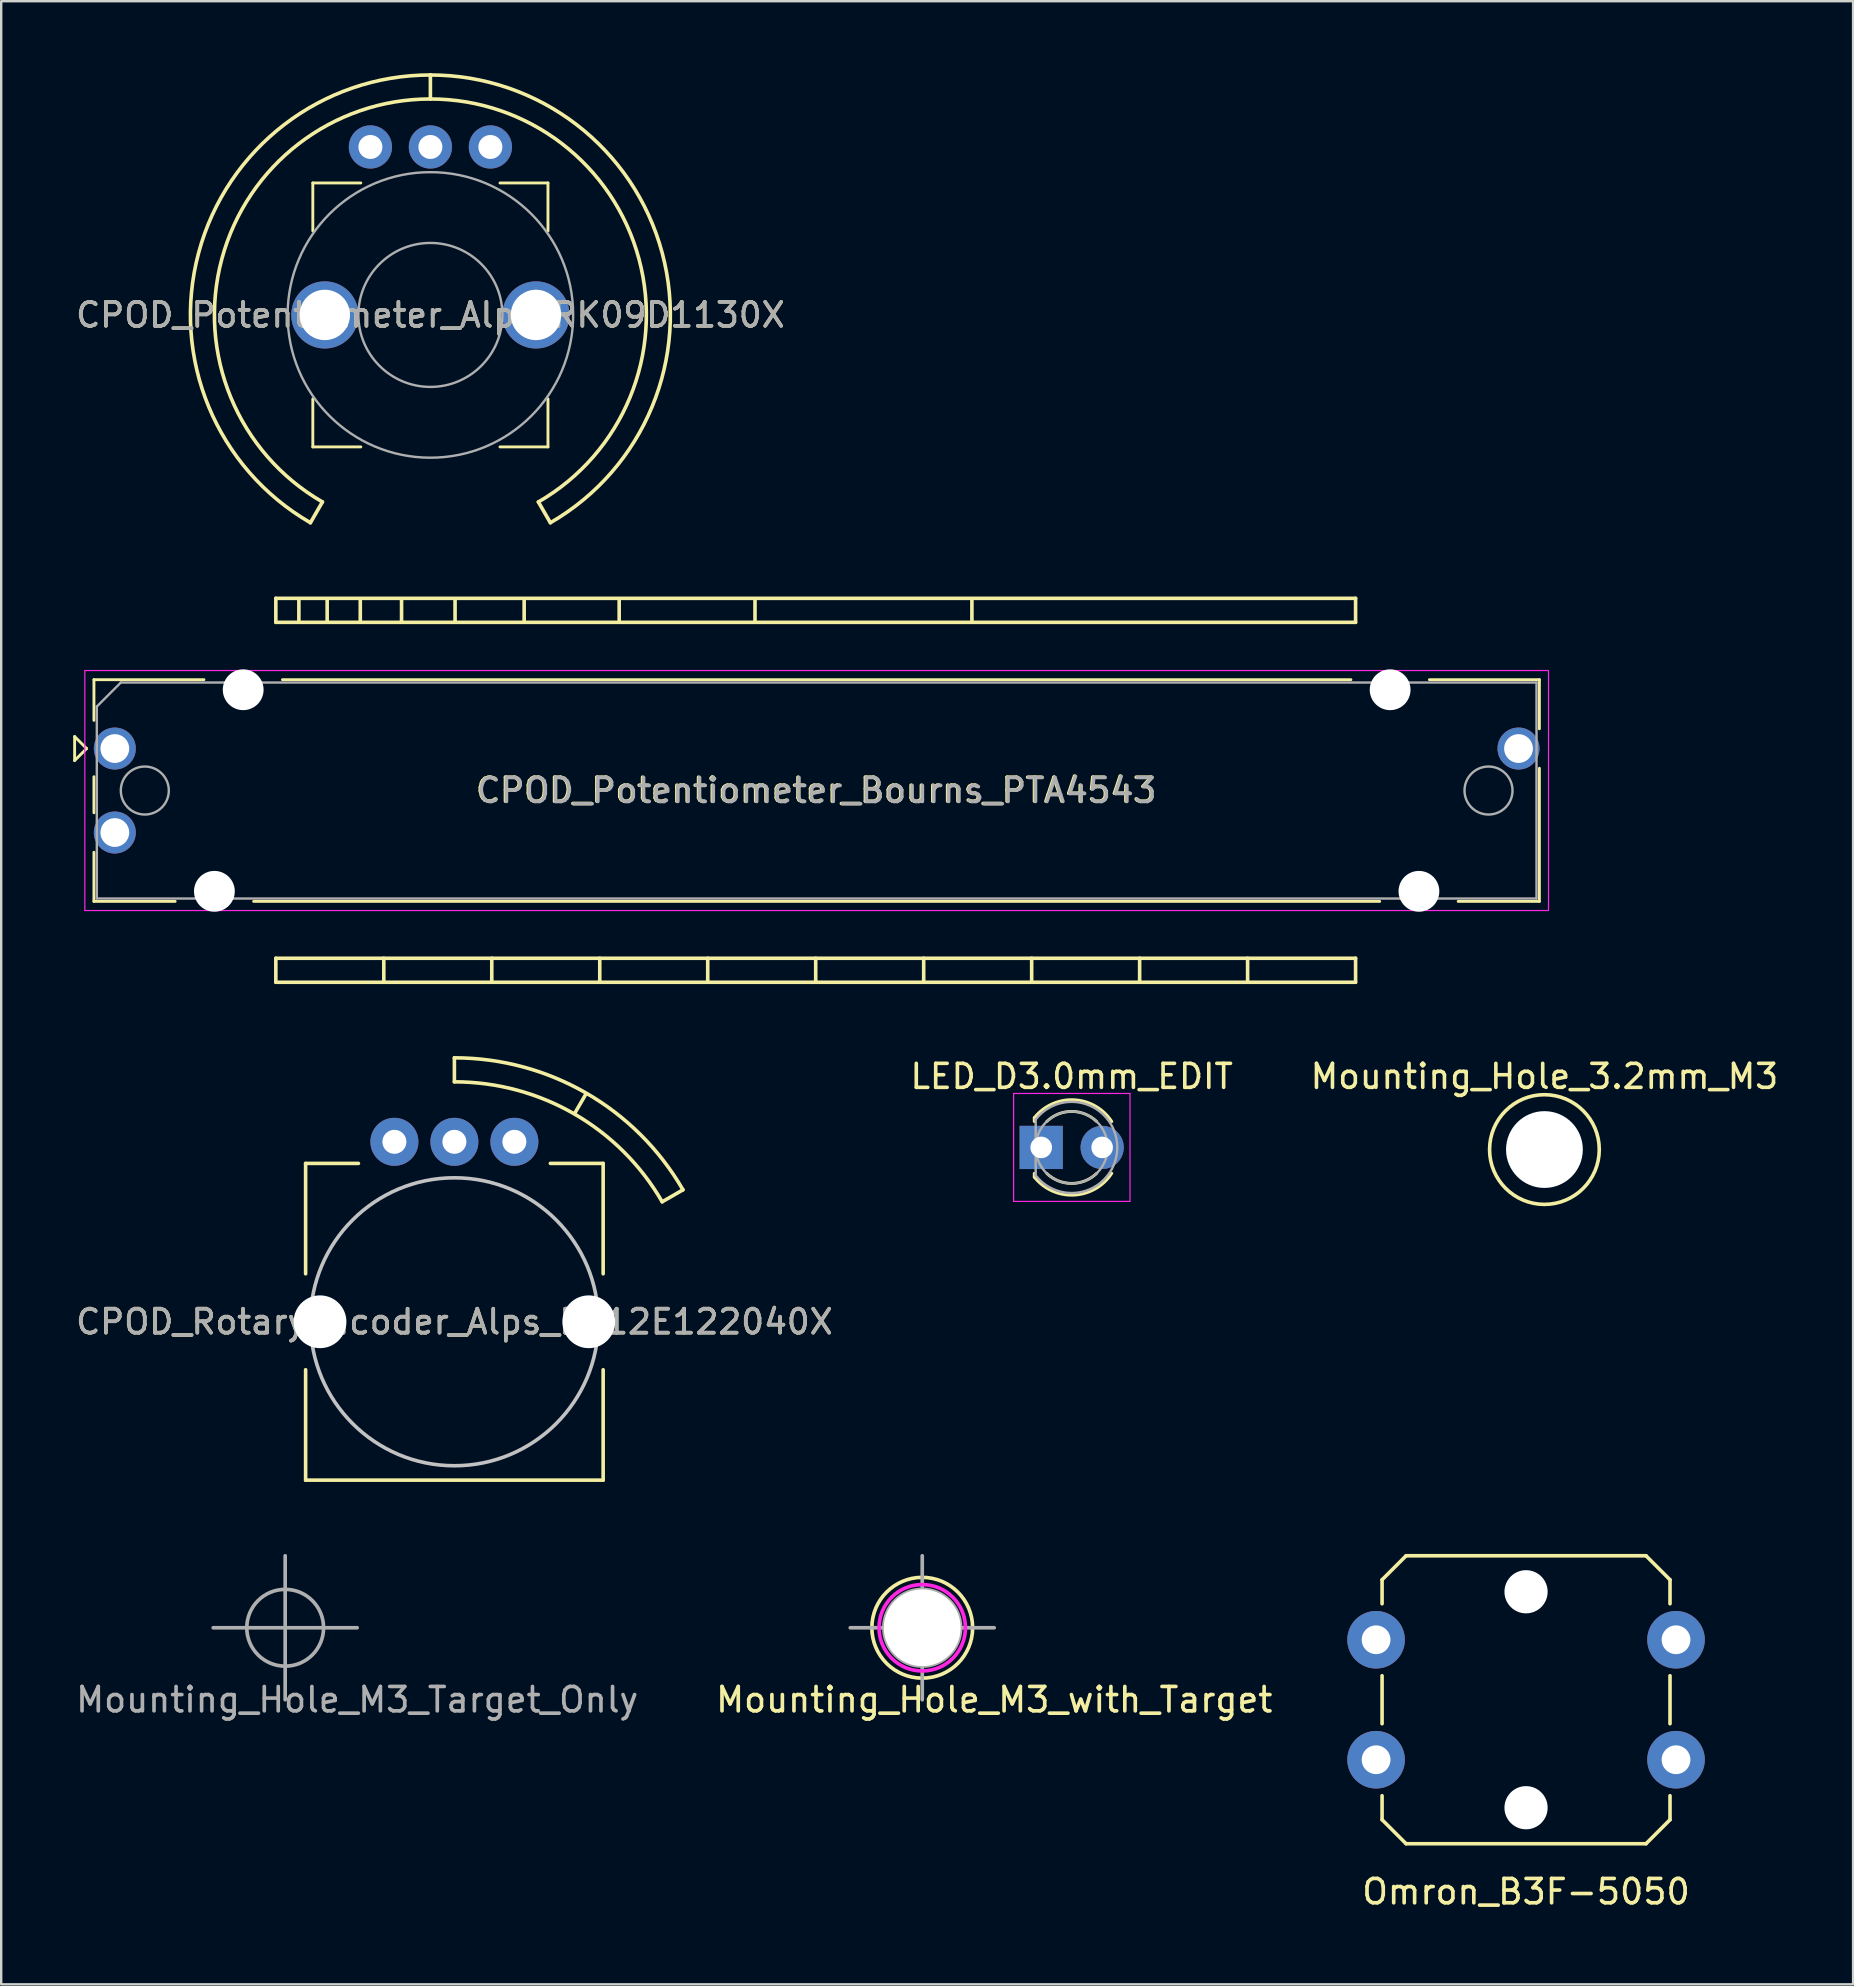
<source format=kicad_pcb>
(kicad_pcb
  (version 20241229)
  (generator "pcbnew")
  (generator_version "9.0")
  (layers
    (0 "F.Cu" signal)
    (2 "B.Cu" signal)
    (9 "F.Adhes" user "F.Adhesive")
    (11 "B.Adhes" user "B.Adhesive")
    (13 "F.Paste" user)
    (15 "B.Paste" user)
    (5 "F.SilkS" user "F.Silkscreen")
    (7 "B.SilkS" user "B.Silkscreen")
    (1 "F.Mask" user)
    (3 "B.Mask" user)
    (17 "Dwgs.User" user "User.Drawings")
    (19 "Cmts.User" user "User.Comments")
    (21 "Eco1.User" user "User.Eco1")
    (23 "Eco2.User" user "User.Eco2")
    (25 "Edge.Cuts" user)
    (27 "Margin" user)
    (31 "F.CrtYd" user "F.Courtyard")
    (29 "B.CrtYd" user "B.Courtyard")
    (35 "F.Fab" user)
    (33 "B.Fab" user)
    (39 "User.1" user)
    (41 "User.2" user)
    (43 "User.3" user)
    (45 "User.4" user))
  (footprint "Mounting_Hole_M3_with_Target"
    (layer "F.Cu")
    (at 35.385 64.788)
    (property "Reference" "Mounting_Hole_M3_with_Target" (at 3 3 0) (layer "F.SilkS") (effects (font (size 1.016 1.016) (thickness 0.152))))
    (attr through_hole)
    (fp_circle (center 0 0) (end 2.1 0) (stroke (width 0.152) (type solid)) (fill no) (layer "F.SilkS"))
    (fp_circle (center 0 0) (end 1.8 0) (stroke (width 0.152) (type solid)) (fill no) (layer "F.CrtYd"))
    (fp_line (start -3 0) (end 3 0) (stroke (width 0.152) (type solid)) (layer "F.Fab"))
    (fp_line (start 0 -3) (end 0 3) (stroke (width 0.152) (type solid)) (layer "F.Fab"))
    (fp_circle (center 0 0) (end 1.6 0) (stroke (width 0.152) (type solid)) (fill no) (layer "F.Fab"))
    (pad "" np_thru_hole circle (at 0 0) (size 3.2 3.2) (drill 3.2) (layers "*.Cu" "*.Mask")))
  (footprint "Mounting_Hole_3.2mm_M3"
    (layer "F.Cu")
    (at 61.315 44.858)
    (property "Reference" "Mounting_Hole_3.2mm_M3" (at 0 -3.048 0) (layer "F.SilkS") (effects (font (size 1 1) (thickness 0.15))))
    (attr through_hole)
    (fp_circle (center 0 0) (end 0 -2.286) (stroke (width 0.15) (type solid)) (fill no) (layer "F.SilkS"))
    (pad "" np_thru_hole circle (at 0 0) (size 3.2 3.2) (drill 3.2) (layers "*.Cu" "*.Mask")))
  (footprint "LED_D3.0mm_EDIT"
    (layer "F.Cu")
    (at 41.613 44.77)
    (property "Reference" "LED_D3.0mm_EDIT" (at 0 -2.96 0) (layer "F.SilkS") (effects (font (size 1 1) (thickness 0.15))))
    (attr through_hole)
    (fp_line (start -1.56 -1.236) (end -1.56 -1.08) (stroke (width 0.12) (type solid)) (layer "F.SilkS"))
    (fp_line (start -1.56 1.08) (end -1.56 1.236) (stroke (width 0.12) (type solid)) (layer "F.SilkS"))
    (fp_arc (start -1.56 -1.235516) (mid 0.096487 -1.987659) (end 1.672335 -1.078608) (stroke (width 0.12) (type solid)) (layer "F.SilkS"))
    (fp_arc (start -1.040961 -1.08) (mid 0.000117 -1.5) (end 1.04113 -1.079837) (stroke (width 0.12) (type solid)) (layer "F.SilkS"))
    (fp_arc (start 1.04113 1.079837) (mid 0.000117 1.5) (end -1.040961 1.08) (stroke (width 0.12) (type solid)) (layer "F.SilkS"))
    (fp_arc (start 1.672335 1.078608) (mid 0.096487 1.987659) (end -1.56 1.235516) (stroke (width 0.12) (type solid)) (layer "F.SilkS"))
    (fp_line (start -2.42 -2.25) (end -2.42 2.25) (stroke (width 0.05) (type solid)) (layer "F.CrtYd"))
    (fp_line (start -2.42 2.25) (end 2.43 2.25) (stroke (width 0.05) (type solid)) (layer "F.CrtYd"))
    (fp_line (start 2.43 -2.25) (end -2.42 -2.25) (stroke (width 0.05) (type solid)) (layer "F.CrtYd"))
    (fp_line (start 2.43 2.25) (end 2.43 -2.25) (stroke (width 0.05) (type solid)) (layer "F.CrtYd"))
    (fp_line (start -1.5 -1.166) (end -1.5 1.166) (stroke (width 0.1) (type solid)) (layer "F.Fab"))
    (fp_arc (start -1.5 -1.16619) (mid 1.9 0.000452) (end -1.500555 1.165476) (stroke (width 0.1) (type solid)) (layer "F.Fab"))
    (fp_circle (center 0 0) (end 1.5 0) (stroke (width 0.1) (type solid)) (fill no) (layer "F.Fab"))
    (pad "1" thru_hole rect (at -1.27 0) (size 1.8 1.8) (drill 0.9) (layers "*.Cu" "*.Mask"))
    (pad "2" thru_hole circle (at 1.27 0) (size 1.8 1.8) (drill 0.9) (layers "*.Cu" "*.Mask")))
  (footprint "Omron_B3F-5050"
    (layer "F.Cu")
    (at 60.549 67.788)
    (property "Reference" "Omron_B3F-5050" (at 0 8 0) (layer "F.SilkS") (effects (font (size 1.016 1.016) (thickness 0.152))))
    (attr through_hole)
    (fp_line (start -6 -5) (end -5 -6) (stroke (width 0.15) (type solid)) (layer "F.SilkS"))
    (fp_line (start -6 -4) (end -6 -5) (stroke (width 0.15) (type solid)) (layer "F.SilkS"))
    (fp_line (start -6 -1) (end -6 1) (stroke (width 0.15) (type solid)) (layer "F.SilkS"))
    (fp_line (start -6 5) (end -6 4) (stroke (width 0.15) (type solid)) (layer "F.SilkS"))
    (fp_line (start -5 -6) (end 5 -6) (stroke (width 0.152) (type solid)) (layer "F.SilkS"))
    (fp_line (start -5 6) (end -6 5) (stroke (width 0.15) (type solid)) (layer "F.SilkS"))
    (fp_line (start 5 -6) (end 6 -5) (stroke (width 0.15) (type solid)) (layer "F.SilkS"))
    (fp_line (start 5 6) (end -5 6) (stroke (width 0.15) (type solid)) (layer "F.SilkS"))
    (fp_line (start 6 -5) (end 6 -4) (stroke (width 0.15) (type solid)) (layer "F.SilkS"))
    (fp_line (start 6 -1) (end 6 1) (stroke (width 0.15) (type solid)) (layer "F.SilkS"))
    (fp_line (start 6 4) (end 6 5) (stroke (width 0.15) (type solid)) (layer "F.SilkS"))
    (fp_line (start 6 5) (end 5 6) (stroke (width 0.15) (type solid)) (layer "F.SilkS"))
    (pad "" np_thru_hole circle (at 0 -4.5) (size 1.8 1.8) (drill 1.8) (layers "*.Cu" "*.Mask"))
    (pad "" np_thru_hole circle (at 0 4.5) (size 1.8 1.8) (drill 1.8) (layers "*.Cu" "*.Mask"))
    (pad "1" thru_hole circle (at -6.25 -2.5) (size 2.4 2.4) (drill 1.2) (layers "*.Cu" "*.Mask"))
    (pad "2" thru_hole circle (at 6.25 -2.5) (size 2.4 2.4) (drill 1.2) (layers "*.Cu" "*.Mask"))
    (pad "3" thru_hole circle (at -6.25 2.5) (size 2.4 2.4) (drill 1.2) (layers "*.Cu" "*.Mask"))
    (pad "4" thru_hole circle (at 6.25 2.5) (size 2.4 2.4) (drill 1.2) (layers "*.Cu" "*.Mask")))
  (footprint "CPOD_RotaryEncoder_Alps_EC12E122040X"
    (layer "F.Cu")
    (at 15.887 52.036)
    (property "Reference" "CPOD_RotaryEncoder_Alps_EC12E122040X" (at 0 0 0) (layer "F.SilkS") (effects (font (size 1 1) (thickness 0.15))))
    (attr through_hole)
    (fp_line (start -6.2 -6.6) (end -6.2 -2) (stroke (width 0.15) (type solid)) (layer "F.SilkS"))
    (fp_line (start -6.2 -6.6) (end -4 -6.6) (stroke (width 0.15) (type solid)) (layer "F.SilkS"))
    (fp_line (start -6.2 2) (end -6.2 6.6) (stroke (width 0.15) (type solid)) (layer "F.SilkS"))
    (fp_line (start 0 -10) (end 0 -11) (stroke (width 0.15) (type solid)) (layer "F.SilkS"))
    (fp_line (start 5.029 -8.712) (end 5.486 -9.5) (stroke (width 0.15) (type solid)) (layer "F.SilkS"))
    (fp_line (start 6.2 -6.6) (end 4 -6.6) (stroke (width 0.15) (type solid)) (layer "F.SilkS"))
    (fp_line (start 6.2 -6.6) (end 6.2 -2) (stroke (width 0.15) (type solid)) (layer "F.SilkS"))
    (fp_line (start 6.2 2) (end 6.2 6.6) (stroke (width 0.15) (type solid)) (layer "F.SilkS"))
    (fp_line (start 6.2 6.6) (end -6.2 6.6) (stroke (width 0.15) (type solid)) (layer "F.SilkS"))
    (fp_line (start 9.526 -5.5) (end 8.66 -5) (stroke (width 0.15) (type solid)) (layer "F.SilkS"))
    (fp_arc (start 0 -11) (mid 5.5 -9.526279) (end 9.526279 -5.5) (stroke (width 0.15) (type solid)) (layer "F.SilkS"))
    (fp_arc (start 0 -10) (mid 5 -8.660254) (end 8.660254 -5) (stroke (width 0.15) (type solid)) (layer "F.SilkS"))
    (fp_circle (center 0 0) (end 6 0) (stroke (width 0.15) (type solid)) (fill no) (layer "Dwgs.User"))
    (fp_circle (center 0 0) (end 3.5 0) (stroke (width 0.15) (type solid)) (fill no) (layer "Eco1.User"))
    (fp_text user "${REFERENCE}" (at 0 0 0) (layer "F.Fab") (effects (font (size 1 1) (thickness 0.15))))
    (pad "" np_thru_hole circle (at -5.6 0) (size 2.2 2.2) (drill 2.2) (layers "*.Cu" "*.Mask"))
    (pad "" np_thru_hole circle (at 5.6 0) (size 2.2 2.2) (drill 2.2) (layers "*.Cu" "*.Mask"))
    (pad "A" thru_hole circle (at 2.5 -7.5) (size 2 2) (drill 1) (layers "*.Cu" "*.Mask"))
    (pad "B" thru_hole circle (at -2.5 -7.5) (size 2 2) (drill 1) (layers "*.Cu" "*.Mask"))
    (pad "C" thru_hole circle (at 0 -7.5) (size 2 2) (drill 1) (layers "*.Cu" "*.Mask")))
  (footprint "CPOD_Potentiometer_Alps_RK09D1130X"
    (layer "F.Cu")
    (at 14.887 10.075)
    (property "Reference" "CPOD_Potentiometer_Alps_RK09D1130X" (at 0 0 0) (layer "F.SilkS") (effects (font (size 1 1) (thickness 0.15))))
    (attr through_hole)
    (fp_line (start -5 8.66) (end -4.5 7.794) (stroke (width 0.152) (type solid)) (layer "F.SilkS"))
    (fp_line (start -4.9 -5.5) (end -4.9 -3.5) (stroke (width 0.12) (type solid)) (layer "F.SilkS"))
    (fp_line (start -4.9 -5.5) (end -2.9 -5.5) (stroke (width 0.12) (type solid)) (layer "F.SilkS"))
    (fp_line (start -4.9 5.5) (end -4.9 3.5) (stroke (width 0.12) (type solid)) (layer "F.SilkS"))
    (fp_line (start -4.9 5.5) (end -2.9 5.5) (stroke (width 0.12) (type solid)) (layer "F.SilkS"))
    (fp_line (start 0 -10) (end 0 -9) (stroke (width 0.15) (type solid)) (layer "F.SilkS"))
    (fp_line (start 4.9 -5.5) (end 2.9 -5.5) (stroke (width 0.12) (type solid)) (layer "F.SilkS"))
    (fp_line (start 4.9 -5.5) (end 4.9 -3.5) (stroke (width 0.12) (type solid)) (layer "F.SilkS"))
    (fp_line (start 4.9 5.5) (end 2.9 5.5) (stroke (width 0.12) (type solid)) (layer "F.SilkS"))
    (fp_line (start 4.9 5.5) (end 4.9 3.5) (stroke (width 0.12) (type solid)) (layer "F.SilkS"))
    (fp_line (start 5 8.66) (end 4.5 7.794) (stroke (width 0.152) (type solid)) (layer "F.SilkS"))
    (fp_arc (start -5 8.660254) (mid -9.659258 -2.58819) (end 0 -10) (stroke (width 0.15) (type solid)) (layer "F.SilkS"))
    (fp_arc (start -4.5 7.794229) (mid -8.693333 -2.329371) (end 0 -9) (stroke (width 0.15) (type solid)) (layer "F.SilkS"))
    (fp_arc (start 0 -10) (mid 9.659258 -2.58819) (end 5 8.660254) (stroke (width 0.15) (type solid)) (layer "F.SilkS"))
    (fp_arc (start 0 -9) (mid 8.693332 -2.329371) (end 4.5 7.794229) (stroke (width 0.15) (type solid)) (layer "F.SilkS"))
    (fp_circle (center 0 0) (end 3.5 0) (stroke (width 0.12) (type solid)) (fill no) (layer "Eco1.User"))
    (fp_circle (center 0 0) (end 3 0) (stroke (width 0.1) (type solid)) (fill no) (layer "F.Fab"))
    (fp_circle (center 0 0) (end 5.95 0) (stroke (width 0.1) (type solid)) (fill no) (layer "F.Fab"))
    (fp_text user "${REFERENCE}" (at 0 0 0) (layer "F.Fab") (effects (font (size 1 1) (thickness 0.15))))
    (pad "" np_thru_hole circle (at -4.4 0) (size 2.8 2.8) (drill 2.1) (layers "*.Cu" "*.Mask"))
    (pad "" np_thru_hole circle (at 4.4 0) (size 2.8 2.8) (drill 2.1) (layers "*.Cu" "*.Mask"))
    (pad "1" thru_hole circle (at 2.5 -7) (size 1.8 1.8) (drill 1) (layers "*.Cu" "*.Mask"))
    (pad "2" thru_hole circle (at 0 -7) (size 1.8 1.8) (drill 1) (layers "*.Cu" "*.Mask"))
    (pad "3" thru_hole circle (at -2.5 -7) (size 1.8 1.8) (drill 1) (layers "*.Cu" "*.Mask")))
  (footprint "Mounting_Hole_M3_Target_Only"
    (layer "F.Cu")
    (at 8.835 64.788)
    (property "Reference" "Mounting_Hole_M3_Target_Only" (at 3 3 0) (layer "F.Fab") (effects (font (size 1.016 1.016) (thickness 0.152))))
    (attr through_hole)
    (fp_line (start -3 0) (end 3 0) (stroke (width 0.152) (type solid)) (layer "F.Fab"))
    (fp_line (start 0 -3) (end 0 3) (stroke (width 0.152) (type solid)) (layer "F.Fab"))
    (fp_circle (center 0 0) (end 1.6 0) (stroke (width 0.152) (type solid)) (fill no) (layer "F.Fab")))
  (footprint "CPOD_Potentiometer_Bourns_PTA4543"
    (layer "F.Cu")
    (at 30.945 29.886)
    (property "Reference" "CPOD_Potentiometer_Bourns_PTA4543" (at 0 0 180) (layer "F.SilkS") (effects (font (size 1 1) (thickness 0.15))))
    (attr through_hole)
    (fp_line (start -30.885 -2.24) (end -30.885 -1.24) (stroke (width 0.12) (type solid)) (layer "F.SilkS"))
    (fp_line (start -30.885 -1.24) (end -30.385 -1.74) (stroke (width 0.12) (type solid)) (layer "F.SilkS"))
    (fp_line (start -30.385 -1.74) (end -30.885 -2.24) (stroke (width 0.12) (type solid)) (layer "F.SilkS"))
    (fp_line (start -30.08 -4.61) (end -30.08 -2.915) (stroke (width 0.12) (type solid)) (layer "F.SilkS"))
    (fp_line (start -30.08 -4.61) (end -25.495 -4.61) (stroke (width 0.12) (type solid)) (layer "F.SilkS"))
    (fp_line (start -30.08 -0.565) (end -30.08 0.938) (stroke (width 0.12) (type solid)) (layer "F.SilkS"))
    (fp_line (start -30.08 2.583) (end -30.08 4.63) (stroke (width 0.12) (type solid)) (layer "F.SilkS"))
    (fp_line (start -30.08 4.63) (end -26.695 4.63) (stroke (width 0.12) (type solid)) (layer "F.SilkS"))
    (fp_line (start -23.424 4.63) (end 23.505 4.63) (stroke (width 0.12) (type solid)) (layer "F.SilkS"))
    (fp_line (start -22.5 -8) (end -22.5 -7) (stroke (width 0.15) (type solid)) (layer "F.SilkS"))
    (fp_line (start -22.5 -7) (end 22.5 -7) (stroke (width 0.15) (type solid)) (layer "F.SilkS"))
    (fp_line (start -22.5 7) (end -22.5 8) (stroke (width 0.15) (type solid)) (layer "F.SilkS"))
    (fp_line (start -22.5 8) (end 22.5 8) (stroke (width 0.15) (type solid)) (layer "F.SilkS"))
    (fp_line (start -22.224 -4.61) (end 22.305 -4.61) (stroke (width 0.12) (type solid)) (layer "F.SilkS"))
    (fp_line (start -21.54 -7.036) (end -21.539 -7.976) (stroke (width 0.15) (type solid)) (layer "F.SilkS"))
    (fp_line (start -20.36 -7.036) (end -20.36 -7.976) (stroke (width 0.15) (type solid)) (layer "F.SilkS"))
    (fp_line (start -18.98 -7.036) (end -18.98 -7.976) (stroke (width 0.15) (type solid)) (layer "F.SilkS"))
    (fp_line (start -18 7) (end -18 8) (stroke (width 0.15) (type solid)) (layer "F.SilkS"))
    (fp_line (start -17.26 -7.036) (end -17.26 -7.976) (stroke (width 0.15) (type solid)) (layer "F.SilkS"))
    (fp_line (start -15.03 -7.036) (end -15.03 -7.976) (stroke (width 0.15) (type solid)) (layer "F.SilkS"))
    (fp_line (start -13.5 7) (end -13.5 8) (stroke (width 0.15) (type solid)) (layer "F.SilkS"))
    (fp_line (start -12.15 -7.036) (end -12.15 -7.976) (stroke (width 0.15) (type solid)) (layer "F.SilkS"))
    (fp_line (start -9 7) (end -9 8) (stroke (width 0.15) (type solid)) (layer "F.SilkS"))
    (fp_line (start -8.19 -7.036) (end -8.19 -7.976) (stroke (width 0.15) (type solid)) (layer "F.SilkS"))
    (fp_line (start -4.5 7) (end -4.5 8) (stroke (width 0.15) (type solid)) (layer "F.SilkS"))
    (fp_line (start -2.53 -7.036) (end -2.53 -7.976) (stroke (width 0.15) (type solid)) (layer "F.SilkS"))
    (fp_line (start 0 7) (end 0 8) (stroke (width 0.15) (type solid)) (layer "F.SilkS"))
    (fp_line (start 4.5 7) (end 4.5 8) (stroke (width 0.15) (type solid)) (layer "F.SilkS"))
    (fp_line (start 6.51 -7.036) (end 6.51 -7.976) (stroke (width 0.15) (type solid)) (layer "F.SilkS"))
    (fp_line (start 9 7) (end 9 8) (stroke (width 0.15) (type solid)) (layer "F.SilkS"))
    (fp_line (start 13.5 7) (end 13.5 8) (stroke (width 0.15) (type solid)) (layer "F.SilkS"))
    (fp_line (start 18 7) (end 18 8) (stroke (width 0.15) (type solid)) (layer "F.SilkS"))
    (fp_line (start 22.5 -8) (end -22.5 -8) (stroke (width 0.15) (type solid)) (layer "F.SilkS"))
    (fp_line (start 22.5 -7) (end 22.5 -8) (stroke (width 0.15) (type solid)) (layer "F.SilkS"))
    (fp_line (start 22.5 7) (end -22.5 7) (stroke (width 0.15) (type solid)) (layer "F.SilkS"))
    (fp_line (start 22.5 8) (end 22.5 7) (stroke (width 0.15) (type solid)) (layer "F.SilkS"))
    (fp_line (start 25.576 -4.61) (end 30.16 -4.61) (stroke (width 0.12) (type solid)) (layer "F.SilkS"))
    (fp_line (start 26.776 4.63) (end 30.16 4.63) (stroke (width 0.12) (type solid)) (layer "F.SilkS"))
    (fp_line (start 30.16 -4.61) (end 30.16 -2.563) (stroke (width 0.12) (type solid)) (layer "F.SilkS"))
    (fp_line (start 30.16 -0.917) (end 30.16 4.63) (stroke (width 0.12) (type solid)) (layer "F.SilkS"))
    (fp_line (start -25.5 -1.5) (end -25.5 1.5) (stroke (width 0.12) (type solid)) (layer "Eco1.User"))
    (fp_line (start -25.5 1.5) (end 25.5 1.5) (stroke (width 0.12) (type solid)) (layer "Eco1.User"))
    (fp_line (start 25.5 -1.5) (end -25.5 -1.5) (stroke (width 0.12) (type solid)) (layer "Eco1.User"))
    (fp_line (start 25.5 1.5) (end 25.5 -1.5) (stroke (width 0.12) (type solid)) (layer "Eco1.User"))
    (fp_line (start -30.46 -4.99) (end -30.46 5.01) (stroke (width 0.05) (type solid)) (layer "F.CrtYd"))
    (fp_line (start -30.46 5.01) (end 30.54 5.01) (stroke (width 0.05) (type solid)) (layer "F.CrtYd"))
    (fp_line (start 30.54 -4.99) (end -30.46 -4.99) (stroke (width 0.05) (type solid)) (layer "F.CrtYd"))
    (fp_line (start 30.54 5.01) (end 30.54 -4.99) (stroke (width 0.05) (type solid)) (layer "F.CrtYd"))
    (fp_line (start -29.96 -3.49) (end -28.96 -4.49) (stroke (width 0.1) (type solid)) (layer "F.Fab"))
    (fp_line (start -29.96 4.51) (end -29.96 -3.49) (stroke (width 0.1) (type solid)) (layer "F.Fab"))
    (fp_line (start -28.96 -4.49) (end 30.04 -4.49) (stroke (width 0.1) (type solid)) (layer "F.Fab"))
    (fp_line (start 30.04 -4.49) (end 30.04 4.51) (stroke (width 0.1) (type solid)) (layer "F.Fab"))
    (fp_line (start 30.04 4.51) (end -29.96 4.51) (stroke (width 0.1) (type solid)) (layer "F.Fab"))
    (fp_circle (center -27.96 0.01) (end -26.96 0.01) (stroke (width 0.1) (type solid)) (fill no) (layer "F.Fab"))
    (fp_circle (center 28.04 0.01) (end 29.04 0.01) (stroke (width 0.1) (type solid)) (fill no) (layer "F.Fab"))
    (fp_text user "${REFERENCE}" (at 0.04 0.01 0) (layer "F.Fab") (effects (font (size 1 1) (thickness 0.15))))
    (pad "" np_thru_hole circle (at -25.06 4.21) (size 1.7 1.7) (drill 1.7) (layers "*.Cu" "*.Mask"))
    (pad "" np_thru_hole circle (at -23.86 -4.19) (size 1.7 1.7) (drill 1.7) (layers "*.Cu" "*.Mask"))
    (pad "" np_thru_hole circle (at 23.94 -4.19) (size 1.7 1.7) (drill 1.7) (layers "*.Cu" "*.Mask"))
    (pad "" np_thru_hole circle (at 25.14 4.21) (size 1.7 1.7) (drill 1.7) (layers "*.Cu" "*.Mask"))
    (pad "1" thru_hole circle (at -29.21 -1.74) (size 1.75 1.75) (drill 1.2) (layers "*.Cu" "*.Mask"))
    (pad "2" thru_hole circle (at -29.21 1.76) (size 1.75 1.75) (drill 1.2) (layers "*.Cu" "*.Mask"))
    (pad "3" thru_hole circle (at 29.29 -1.74) (size 1.75 1.75) (drill 1.2) (layers "*.Cu" "*.Mask")))
  (gr_rect
    (start -3 -3)
    (end 74.179 79.649)
    (stroke (width 0.1) (type default))
    (fill no)
    (layer "Edge.Cuts")))
</source>
